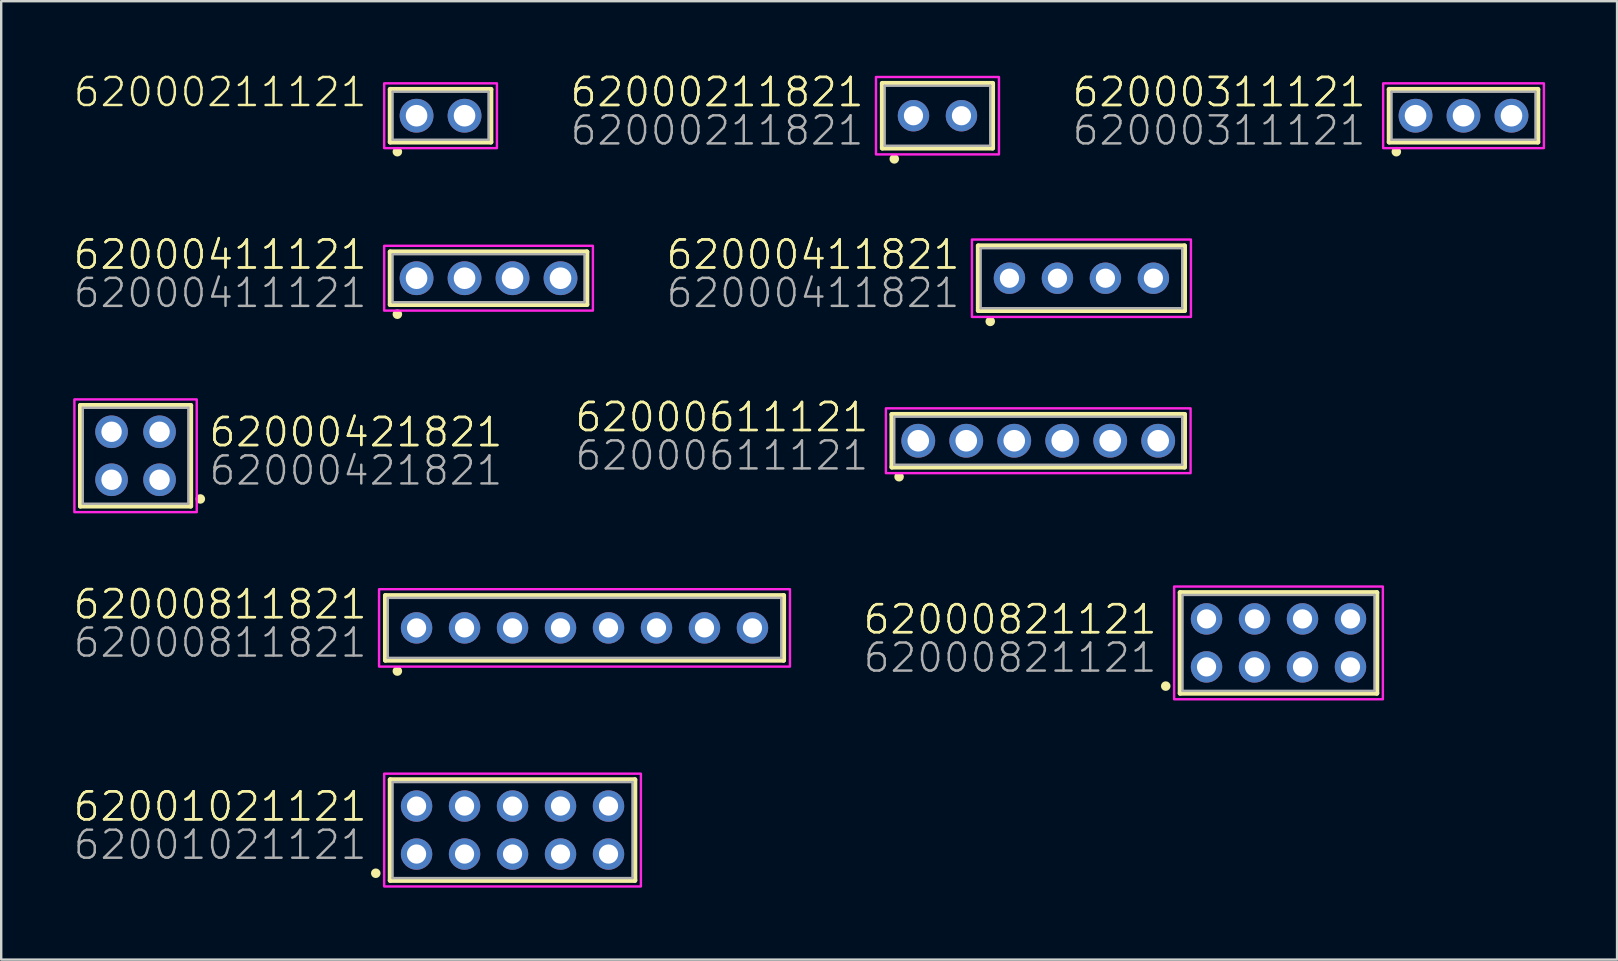
<source format=kicad_pcb>
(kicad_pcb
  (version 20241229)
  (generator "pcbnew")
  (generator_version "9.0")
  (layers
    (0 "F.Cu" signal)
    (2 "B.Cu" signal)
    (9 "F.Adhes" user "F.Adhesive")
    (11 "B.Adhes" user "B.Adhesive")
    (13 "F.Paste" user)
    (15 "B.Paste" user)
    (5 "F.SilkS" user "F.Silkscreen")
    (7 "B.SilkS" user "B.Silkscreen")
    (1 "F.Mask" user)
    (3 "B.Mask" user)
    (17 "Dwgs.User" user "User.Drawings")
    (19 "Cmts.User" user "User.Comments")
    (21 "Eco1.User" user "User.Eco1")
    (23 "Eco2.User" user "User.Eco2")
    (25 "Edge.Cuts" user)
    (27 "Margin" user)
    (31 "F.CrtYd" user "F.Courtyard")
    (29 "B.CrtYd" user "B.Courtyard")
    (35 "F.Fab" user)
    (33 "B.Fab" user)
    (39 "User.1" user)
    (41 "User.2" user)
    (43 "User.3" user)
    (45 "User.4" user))
  (footprint "62000211121"
    (layer "F.Cu")
    (at 15.312 1.773)
    (property "Reference" "62000211121" (at -3 -0.3 0) (unlocked yes) (layer "F.SilkS") (effects (font (size 1.168 1.168) (thickness 0.102)) (justify right bottom)))
    (fp_line (start -2.1 -1.1) (end 2.1 -1.1) (stroke (width 0.2) (type solid)) (layer "F.SilkS"))
    (fp_line (start -2.1 1.1) (end -2.1 -1.1) (stroke (width 0.2) (type solid)) (layer "F.SilkS"))
    (fp_line (start 2.1 -1.1) (end 2.1 1.1) (stroke (width 0.2) (type solid)) (layer "F.SilkS"))
    (fp_line (start 2.1 1.1) (end -2.1 1.1) (stroke (width 0.2) (type solid)) (layer "F.SilkS"))
    (fp_circle (center -1.8 1.5) (end -1.7 1.5) (stroke (width 0.2) (type solid)) (fill no) (layer "F.SilkS"))
    (fp_poly (pts (xy 2.35 1.35) (xy -2.35 1.35) (xy -2.35 -1.35) (xy 2.35 -1.35)) (stroke (width 0.1) (type default)) (fill no) (layer "F.CrtYd"))
    (fp_line (start -2 -1) (end -2 1) (stroke (width 0.1) (type solid)) (layer "F.Fab"))
    (fp_line (start -2 1) (end 2 1) (stroke (width 0.1) (type solid)) (layer "F.Fab"))
    (fp_line (start 2 -1) (end -2 -1) (stroke (width 0.1) (type solid)) (layer "F.Fab"))
    (fp_line (start 2 1) (end 2 -1) (stroke (width 0.1) (type solid)) (layer "F.Fab"))
    (pad "1" thru_hole circle (at -1 0) (size 1.408 1.408) (drill 0.9) (layers "*.Cu" "*.Mask"))
    (pad "2" thru_hole circle (at 1 0) (size 1.408 1.408) (drill 0.9) (layers "*.Cu" "*.Mask")))
  (footprint "62000411821"
    (layer "F.Cu")
    (at 42.023 8.546)
    (property "Reference" "62000411821" (at -5 -0.3 0) (unlocked yes) (layer "F.SilkS") (effects (font (size 1.168 1.168) (thickness 0.102)) (justify right bottom)))
    (property "Value" "62000411821" (at -5 1.3 0) (unlocked yes) (layer "F.Fab") (hide yes) (effects (font (size 1.168 1.168) (thickness 0.102)) (justify right bottom)))
    (fp_line (start -4.3 -1.35) (end -4.3 1.35) (stroke (width 0.2) (type solid)) (layer "F.SilkS"))
    (fp_line (start -4.3 1.35) (end 4.3 1.35) (stroke (width 0.2) (type solid)) (layer "F.SilkS"))
    (fp_line (start 4.3 -1.35) (end -4.3 -1.35) (stroke (width 0.2) (type solid)) (layer "F.SilkS"))
    (fp_line (start 4.3 1.35) (end 4.3 -1.35) (stroke (width 0.2) (type solid)) (layer "F.SilkS"))
    (fp_circle (center -3.8 1.8) (end -3.7 1.8) (stroke (width 0.2) (type solid)) (fill no) (layer "F.SilkS"))
    (fp_poly (pts (xy 4.564 1.613) (xy -4.564 1.613) (xy -4.564 -1.613) (xy 4.564 -1.613)) (stroke (width 0.1) (type default)) (fill no) (layer "F.CrtYd"))
    (fp_line (start -4.2 -1.25) (end -4.2 1.25) (stroke (width 0.1) (type solid)) (layer "F.Fab"))
    (fp_line (start -4.2 1.25) (end 4.2 1.25) (stroke (width 0.1) (type solid)) (layer "F.Fab"))
    (fp_line (start 4.2 -1.25) (end -4.2 -1.25) (stroke (width 0.1) (type solid)) (layer "F.Fab"))
    (fp_line (start 4.2 1.25) (end 4.2 -1.25) (stroke (width 0.1) (type solid)) (layer "F.Fab"))
    (fp_text user "${REFERENCE}" (at -5 -0.3 0) (unlocked yes) (layer "F.SilkS") (effects (font (size 1.168 1.168) (thickness 0.102)) (justify right bottom)))
    (fp_text user "${VALUE}" (at -5 1.3 0) (unlocked yes) (layer "F.Fab") (effects (font (size 1.168 1.168) (thickness 0.102)) (justify right bottom)))
    (pad "1" thru_hole circle (at -3 0) (size 1.308 1.308) (drill 0.8) (layers "*.Cu" "*.Mask"))
    (pad "2" thru_hole circle (at -1 0) (size 1.308 1.308) (drill 0.8) (layers "*.Cu" "*.Mask"))
    (pad "3" thru_hole circle (at 1 0) (size 1.308 1.308) (drill 0.8) (layers "*.Cu" "*.Mask"))
    (pad "4" thru_hole circle (at 3 0) (size 1.308 1.308) (drill 0.8) (layers "*.Cu" "*.Mask")))
  (footprint "62000821121"
    (layer "F.Cu")
    (at 50.237 23.746)
    (property "Reference" "62000821121" (at -5 -0.3 0) (unlocked yes) (layer "F.SilkS") (effects (font (size 1.168 1.168) (thickness 0.102)) (justify right bottom)))
    (property "Value" "62000821121" (at -5 1.3 0) (unlocked yes) (layer "F.Fab") (hide yes) (effects (font (size 1.168 1.168) (thickness 0.102)) (justify right bottom)))
    (fp_line (start -4.1 -2.1) (end 4.1 -2.1) (stroke (width 0.2) (type solid)) (layer "F.SilkS"))
    (fp_line (start -4.1 2.1) (end -4.1 -2.1) (stroke (width 0.2) (type solid)) (layer "F.SilkS"))
    (fp_line (start 4.1 -2.1) (end 4.1 2.1) (stroke (width 0.2) (type solid)) (layer "F.SilkS"))
    (fp_line (start 4.1 2.1) (end -4.1 2.1) (stroke (width 0.2) (type solid)) (layer "F.SilkS"))
    (fp_circle (center -4.7 1.8) (end -4.6 1.8) (stroke (width 0.2) (type solid)) (fill no) (layer "F.SilkS"))
    (fp_poly (pts (xy 4.35 2.35) (xy -4.35 2.35) (xy -4.35 -2.35) (xy 4.35 -2.35)) (stroke (width 0.1) (type default)) (fill no) (layer "F.CrtYd"))
    (fp_line (start -4 -2) (end -4 2) (stroke (width 0.1) (type solid)) (layer "F.Fab"))
    (fp_line (start -4 2) (end 4 2) (stroke (width 0.1) (type solid)) (layer "F.Fab"))
    (fp_line (start 4 -2) (end -4 -2) (stroke (width 0.1) (type solid)) (layer "F.Fab"))
    (fp_line (start 4 2) (end 4 -2) (stroke (width 0.1) (type solid)) (layer "F.Fab"))
    (fp_text user "${REFERENCE}" (at -5 -0.3 0) (unlocked yes) (layer "F.SilkS") (effects (font (size 1.168 1.168) (thickness 0.102)) (justify right bottom)))
    (fp_text user "${VALUE}" (at -5 1.3 0) (unlocked yes) (layer "F.Fab") (effects (font (size 1.168 1.168) (thickness 0.102)) (justify right bottom)))
    (pad "1" thru_hole circle (at -3 1) (size 1.308 1.308) (drill 0.8) (layers "*.Cu" "*.Mask"))
    (pad "2" thru_hole circle (at -3 -1) (size 1.308 1.308) (drill 0.8) (layers "*.Cu" "*.Mask"))
    (pad "3" thru_hole circle (at -1 1) (size 1.308 1.308) (drill 0.8) (layers "*.Cu" "*.Mask"))
    (pad "4" thru_hole circle (at -1 -1) (size 1.308 1.308) (drill 0.8) (layers "*.Cu" "*.Mask"))
    (pad "5" thru_hole circle (at 1 1) (size 1.308 1.308) (drill 0.8) (layers "*.Cu" "*.Mask"))
    (pad "6" thru_hole circle (at 1 -1) (size 1.308 1.308) (drill 0.8) (layers "*.Cu" "*.Mask"))
    (pad "7" thru_hole circle (at 3 1) (size 1.308 1.308) (drill 0.8) (layers "*.Cu" "*.Mask"))
    (pad "8" thru_hole circle (at 3 -1) (size 1.308 1.308) (drill 0.8) (layers "*.Cu" "*.Mask")))
  (footprint "62001021121"
    (layer "F.Cu")
    (at 18.312 31.546)
    (property "Reference" "62001021121" (at -6 -0.3 0) (unlocked yes) (layer "F.SilkS") (effects (font (size 1.168 1.168) (thickness 0.102)) (justify right bottom)))
    (property "Value" "62001021121" (at -6 1.3 0) (unlocked yes) (layer "F.Fab") (hide yes) (effects (font (size 1.168 1.168) (thickness 0.102)) (justify right bottom)))
    (fp_line (start -5.1 -2.1) (end 5.1 -2.1) (stroke (width 0.2) (type solid)) (layer "F.SilkS"))
    (fp_line (start -5.1 2.1) (end -5.1 -2.1) (stroke (width 0.2) (type solid)) (layer "F.SilkS"))
    (fp_line (start 5.1 -2.1) (end 5.1 2.1) (stroke (width 0.2) (type solid)) (layer "F.SilkS"))
    (fp_line (start 5.1 2.1) (end -5.1 2.1) (stroke (width 0.2) (type solid)) (layer "F.SilkS"))
    (fp_circle (center -5.7 1.8) (end -5.6 1.8) (stroke (width 0.2) (type solid)) (fill no) (layer "F.SilkS"))
    (fp_poly (pts (xy 5.35 2.35) (xy -5.35 2.35) (xy -5.35 -2.35) (xy 5.35 -2.35)) (stroke (width 0.1) (type default)) (fill no) (layer "F.CrtYd"))
    (fp_line (start -5 -2) (end -5 2) (stroke (width 0.1) (type solid)) (layer "F.Fab"))
    (fp_line (start -5 2) (end 5 2) (stroke (width 0.1) (type solid)) (layer "F.Fab"))
    (fp_line (start 5 -2) (end -5 -2) (stroke (width 0.1) (type solid)) (layer "F.Fab"))
    (fp_line (start 5 2) (end 5 -2) (stroke (width 0.1) (type solid)) (layer "F.Fab"))
    (fp_text user "${REFERENCE}" (at -6 -0.3 0) (unlocked yes) (layer "F.SilkS") (effects (font (size 1.168 1.168) (thickness 0.102)) (justify right bottom)))
    (fp_text user "${VALUE}" (at -6 1.3 0) (unlocked yes) (layer "F.Fab") (effects (font (size 1.168 1.168) (thickness 0.102)) (justify right bottom)))
    (pad "1" thru_hole circle (at -4 1) (size 1.308 1.308) (drill 0.8) (layers "*.Cu" "*.Mask"))
    (pad "2" thru_hole circle (at -4 -1) (size 1.308 1.308) (drill 0.8) (layers "*.Cu" "*.Mask"))
    (pad "3" thru_hole circle (at -2 1) (size 1.308 1.308) (drill 0.8) (layers "*.Cu" "*.Mask"))
    (pad "4" thru_hole circle (at -2 -1) (size 1.308 1.308) (drill 0.8) (layers "*.Cu" "*.Mask"))
    (pad "5" thru_hole circle (at 0 1) (size 1.308 1.308) (drill 0.8) (layers "*.Cu" "*.Mask"))
    (pad "6" thru_hole circle (at 0 -1) (size 1.308 1.308) (drill 0.8) (layers "*.Cu" "*.Mask"))
    (pad "7" thru_hole circle (at 2 1) (size 1.308 1.308) (drill 0.8) (layers "*.Cu" "*.Mask"))
    (pad "8" thru_hole circle (at 2 -1) (size 1.308 1.308) (drill 0.8) (layers "*.Cu" "*.Mask"))
    (pad "9" thru_hole circle (at 4 1) (size 1.308 1.308) (drill 0.8) (layers "*.Cu" "*.Mask"))
    (pad "10" thru_hole circle (at 4 -1) (size 1.308 1.308) (drill 0.8) (layers "*.Cu" "*.Mask")))
  (footprint "62000421821"
    (layer "F.Cu")
    (at 2.6 15.946)
    (property "Reference" "62000421821" (at 3 -0.3 0) (unlocked yes) (layer "F.SilkS") (effects (font (size 1.168 1.168) (thickness 0.102)) (justify left bottom)))
    (property "Value" "62000421821" (at 3 1.3 0) (unlocked yes) (layer "F.Fab") (hide yes) (effects (font (size 1.168 1.168) (thickness 0.102)) (justify left bottom)))
    (fp_line (start -2.3 -2.1) (end 2.3 -2.1) (stroke (width 0.2) (type solid)) (layer "F.SilkS"))
    (fp_line (start -2.3 2.1) (end -2.3 -2.1) (stroke (width 0.2) (type solid)) (layer "F.SilkS"))
    (fp_line (start 2.3 -2.1) (end 2.3 2.1) (stroke (width 0.2) (type solid)) (layer "F.SilkS"))
    (fp_line (start 2.3 2.1) (end -2.3 2.1) (stroke (width 0.2) (type solid)) (layer "F.SilkS"))
    (fp_circle (center 2.7 1.8) (end 2.8 1.8) (stroke (width 0.2) (type solid)) (fill no) (layer "F.SilkS"))
    (fp_poly (pts (xy 2.55 2.35) (xy -2.55 2.35) (xy -2.55 -2.35) (xy 2.55 -2.35)) (stroke (width 0.1) (type default)) (fill no) (layer "F.CrtYd"))
    (fp_line (start -2.2 -2) (end -2.2 2) (stroke (width 0.1) (type solid)) (layer "F.Fab"))
    (fp_line (start -2.2 2) (end 2.2 2) (stroke (width 0.1) (type solid)) (layer "F.Fab"))
    (fp_line (start 2.2 -2) (end -2.2 -2) (stroke (width 0.1) (type solid)) (layer "F.Fab"))
    (fp_line (start 2.2 2) (end 2.2 -2) (stroke (width 0.1) (type solid)) (layer "F.Fab"))
    (fp_text user "${REFERENCE}" (at 3 -0.3 0) (unlocked yes) (layer "F.SilkS") (effects (font (size 1.168 1.168) (thickness 0.102)) (justify left bottom)))
    (fp_text user "${VALUE}" (at 3 1.3 0) (unlocked yes) (layer "F.Fab") (effects (font (size 1.168 1.168) (thickness 0.102)) (justify left bottom)))
    (pad "1" thru_hole circle (at 1 1 180) (size 1.358 1.358) (drill 0.85) (layers "*.Cu" "*.Mask"))
    (pad "2" thru_hole circle (at 1 -1 180) (size 1.358 1.358) (drill 0.85) (layers "*.Cu" "*.Mask"))
    (pad "3" thru_hole circle (at -1 1 180) (size 1.358 1.358) (drill 0.85) (layers "*.Cu" "*.Mask"))
    (pad "4" thru_hole circle (at -1 -1 180) (size 1.358 1.358) (drill 0.85) (layers "*.Cu" "*.Mask")))
  (footprint "62000411121"
    (layer "F.Cu")
    (at 17.312 8.546)
    (property "Reference" "62000411121" (at -5 -0.3 0) (unlocked yes) (layer "F.SilkS") (effects (font (size 1.168 1.168) (thickness 0.102)) (justify right bottom)))
    (property "Value" "62000411121" (at -5 1.3 0) (unlocked yes) (layer "F.Fab") (hide yes) (effects (font (size 1.168 1.168) (thickness 0.102)) (justify right bottom)))
    (fp_line (start -4.1 -1.1) (end 4.1 -1.1) (stroke (width 0.2) (type solid)) (layer "F.SilkS"))
    (fp_line (start -4.1 1.1) (end -4.1 -1.1) (stroke (width 0.2) (type solid)) (layer "F.SilkS"))
    (fp_line (start 4.1 -1.1) (end 4.1 1.1) (stroke (width 0.2) (type solid)) (layer "F.SilkS"))
    (fp_line (start 4.1 1.1) (end -4.1 1.1) (stroke (width 0.2) (type solid)) (layer "F.SilkS"))
    (fp_circle (center -3.8 1.5) (end -3.7 1.5) (stroke (width 0.2) (type solid)) (fill no) (layer "F.SilkS"))
    (fp_poly (pts (xy 4.35 1.35) (xy -4.35 1.35) (xy -4.35 -1.35) (xy 4.35 -1.35)) (stroke (width 0.1) (type default)) (fill no) (layer "F.CrtYd"))
    (fp_line (start -4 -1) (end -4 1) (stroke (width 0.1) (type solid)) (layer "F.Fab"))
    (fp_line (start -4 1) (end 4 1) (stroke (width 0.1) (type solid)) (layer "F.Fab"))
    (fp_line (start 4 -1) (end -4 -1) (stroke (width 0.1) (type solid)) (layer "F.Fab"))
    (fp_line (start 4 1) (end 4 -1) (stroke (width 0.1) (type solid)) (layer "F.Fab"))
    (fp_text user "${REFERENCE}" (at -5 -0.3 0) (unlocked yes) (layer "F.SilkS") (effects (font (size 1.168 1.168) (thickness 0.102)) (justify right bottom)))
    (fp_text user "${VALUE}" (at -5 1.3 0) (unlocked yes) (layer "F.Fab") (effects (font (size 1.168 1.168) (thickness 0.102)) (justify right bottom)))
    (pad "1" thru_hole circle (at -3 0) (size 1.408 1.408) (drill 0.9) (layers "*.Cu" "*.Mask"))
    (pad "2" thru_hole circle (at -1 0) (size 1.408 1.408) (drill 0.9) (layers "*.Cu" "*.Mask"))
    (pad "3" thru_hole circle (at 1 0) (size 1.408 1.408) (drill 0.9) (layers "*.Cu" "*.Mask"))
    (pad "4" thru_hole circle (at 3 0) (size 1.408 1.408) (drill 0.9) (layers "*.Cu" "*.Mask")))
  (footprint "62000811821"
    (layer "F.Cu")
    (at 21.312 23.12)
    (property "Reference" "62000811821" (at -9 -0.3 0) (unlocked yes) (layer "F.SilkS") (effects (font (size 1.168 1.168) (thickness 0.102)) (justify right bottom)))
    (property "Value" "62000811821" (at -9 1.3 0) (unlocked yes) (layer "F.Fab") (hide yes) (effects (font (size 1.168 1.168) (thickness 0.102)) (justify right bottom)))
    (fp_line (start -8.3 -1.35) (end -8.3 1.35) (stroke (width 0.2) (type solid)) (layer "F.SilkS"))
    (fp_line (start -8.3 1.35) (end 8.3 1.35) (stroke (width 0.2) (type solid)) (layer "F.SilkS"))
    (fp_line (start 8.3 -1.35) (end -8.3 -1.35) (stroke (width 0.2) (type solid)) (layer "F.SilkS"))
    (fp_line (start 8.3 1.35) (end 8.3 -1.35) (stroke (width 0.2) (type solid)) (layer "F.SilkS"))
    (fp_circle (center -7.8 1.8) (end -7.7 1.8) (stroke (width 0.2) (type solid)) (fill no) (layer "F.SilkS"))
    (fp_poly (pts (xy 8.563 1.613) (xy -8.563 1.613) (xy -8.563 -1.613) (xy 8.563 -1.613)) (stroke (width 0.1) (type default)) (fill no) (layer "F.CrtYd"))
    (fp_line (start -8.2 -1.25) (end -8.2 1.25) (stroke (width 0.1) (type solid)) (layer "F.Fab"))
    (fp_line (start -8.2 1.25) (end 8.2 1.25) (stroke (width 0.1) (type solid)) (layer "F.Fab"))
    (fp_line (start 8.2 -1.25) (end -8.2 -1.25) (stroke (width 0.1) (type solid)) (layer "F.Fab"))
    (fp_line (start 8.2 1.25) (end 8.2 -1.25) (stroke (width 0.1) (type solid)) (layer "F.Fab"))
    (fp_text user "${REFERENCE}" (at -9 -0.3 0) (unlocked yes) (layer "F.SilkS") (effects (font (size 1.168 1.168) (thickness 0.102)) (justify right bottom)))
    (fp_text user "${VALUE}" (at -9 1.3 0) (unlocked yes) (layer "F.Fab") (effects (font (size 1.168 1.168) (thickness 0.102)) (justify right bottom)))
    (pad "1" thru_hole circle (at -7 0) (size 1.308 1.308) (drill 0.8) (layers "*.Cu" "*.Mask"))
    (pad "2" thru_hole circle (at -5 0) (size 1.308 1.308) (drill 0.8) (layers "*.Cu" "*.Mask"))
    (pad "3" thru_hole circle (at -3 0) (size 1.308 1.308) (drill 0.8) (layers "*.Cu" "*.Mask"))
    (pad "4" thru_hole circle (at -1 0) (size 1.308 1.308) (drill 0.8) (layers "*.Cu" "*.Mask"))
    (pad "5" thru_hole circle (at 1 0) (size 1.308 1.308) (drill 0.8) (layers "*.Cu" "*.Mask"))
    (pad "6" thru_hole circle (at 3 0) (size 1.308 1.308) (drill 0.8) (layers "*.Cu" "*.Mask"))
    (pad "7" thru_hole circle (at 5 0) (size 1.308 1.308) (drill 0.8) (layers "*.Cu" "*.Mask"))
    (pad "8" thru_hole circle (at 7 0) (size 1.308 1.308) (drill 0.8) (layers "*.Cu" "*.Mask")))
  (footprint "62000311121"
    (layer "F.Cu")
    (at 57.948 1.773)
    (property "Reference" "62000311121" (at -4 -0.3 0) (unlocked yes) (layer "F.SilkS") (effects (font (size 1.168 1.168) (thickness 0.102)) (justify right bottom)))
    (property "Value" "62000311121" (at -4 1.3 0) (unlocked yes) (layer "F.Fab") (hide yes) (effects (font (size 1.168 1.168) (thickness 0.102)) (justify right bottom)))
    (fp_line (start -3.1 -1.1) (end 3.1 -1.1) (stroke (width 0.2) (type solid)) (layer "F.SilkS"))
    (fp_line (start -3.1 1.1) (end -3.1 -1.1) (stroke (width 0.2) (type solid)) (layer "F.SilkS"))
    (fp_line (start 3.1 -1.1) (end 3.1 1.1) (stroke (width 0.2) (type solid)) (layer "F.SilkS"))
    (fp_line (start 3.1 1.1) (end -3.1 1.1) (stroke (width 0.2) (type solid)) (layer "F.SilkS"))
    (fp_circle (center -2.8 1.5) (end -2.7 1.5) (stroke (width 0.2) (type solid)) (fill no) (layer "F.SilkS"))
    (fp_poly (pts (xy 3.35 1.35) (xy -3.35 1.35) (xy -3.35 -1.35) (xy 3.35 -1.35)) (stroke (width 0.1) (type default)) (fill no) (layer "F.CrtYd"))
    (fp_line (start -3 -1) (end -3 1) (stroke (width 0.1) (type solid)) (layer "F.Fab"))
    (fp_line (start -3 1) (end 3 1) (stroke (width 0.1) (type solid)) (layer "F.Fab"))
    (fp_line (start 3 -1) (end -3 -1) (stroke (width 0.1) (type solid)) (layer "F.Fab"))
    (fp_line (start 3 1) (end 3 -1) (stroke (width 0.1) (type solid)) (layer "F.Fab"))
    (fp_text user "${REFERENCE}" (at -4 -0.3 0) (unlocked yes) (layer "F.SilkS") (effects (font (size 1.168 1.168) (thickness 0.102)) (justify right bottom)))
    (fp_text user "${VALUE}" (at -4 1.3 0) (unlocked yes) (layer "F.Fab") (effects (font (size 1.168 1.168) (thickness 0.102)) (justify right bottom)))
    (pad "1" thru_hole circle (at -2 0) (size 1.408 1.408) (drill 0.9) (layers "*.Cu" "*.Mask"))
    (pad "2" thru_hole circle (at 0 0) (size 1.408 1.408) (drill 0.9) (layers "*.Cu" "*.Mask"))
    (pad "3" thru_hole circle (at 2 0) (size 1.408 1.408) (drill 0.9) (layers "*.Cu" "*.Mask")))
  (footprint "62000211821"
    (layer "F.Cu")
    (at 36.023 1.773)
    (property "Reference" "62000211821" (at -3 -0.3 0) (unlocked yes) (layer "F.SilkS") (effects (font (size 1.168 1.168) (thickness 0.102)) (justify right bottom)))
    (property "Value" "62000211821" (at -3 1.3 0) (unlocked yes) (layer "F.Fab") (hide yes) (effects (font (size 1.168 1.168) (thickness 0.102)) (justify right bottom)))
    (fp_line (start -2.3 -1.35) (end -2.3 1.35) (stroke (width 0.2) (type solid)) (layer "F.SilkS"))
    (fp_line (start -2.3 1.35) (end 2.3 1.35) (stroke (width 0.2) (type solid)) (layer "F.SilkS"))
    (fp_line (start 2.3 -1.35) (end -2.3 -1.35) (stroke (width 0.2) (type solid)) (layer "F.SilkS"))
    (fp_line (start 2.3 1.35) (end 2.3 -1.35) (stroke (width 0.2) (type solid)) (layer "F.SilkS"))
    (fp_circle (center -1.8 1.8) (end -1.7 1.8) (stroke (width 0.2) (type solid)) (fill no) (layer "F.SilkS"))
    (fp_poly (pts (xy 2.563 1.613) (xy -2.563 1.613) (xy -2.563 -1.613) (xy 2.563 -1.613)) (stroke (width 0.1) (type default)) (fill no) (layer "F.CrtYd"))
    (fp_line (start -2.2 -1.25) (end -2.2 1.25) (stroke (width 0.1) (type solid)) (layer "F.Fab"))
    (fp_line (start -2.2 1.25) (end 2.2 1.25) (stroke (width 0.1) (type solid)) (layer "F.Fab"))
    (fp_line (start 2.2 -1.25) (end -2.2 -1.25) (stroke (width 0.1) (type solid)) (layer "F.Fab"))
    (fp_line (start 2.2 1.25) (end 2.2 -1.25) (stroke (width 0.1) (type solid)) (layer "F.Fab"))
    (fp_text user "${REFERENCE}" (at -3 -0.3 0) (unlocked yes) (layer "F.SilkS") (effects (font (size 1.168 1.168) (thickness 0.102)) (justify right bottom)))
    (fp_text user "${VALUE}" (at -3 1.3 0) (unlocked yes) (layer "F.Fab") (effects (font (size 1.168 1.168) (thickness 0.102)) (justify right bottom)))
    (pad "1" thru_hole circle (at -1 0) (size 1.308 1.308) (drill 0.8) (layers "*.Cu" "*.Mask"))
    (pad "2" thru_hole circle (at 1 0) (size 1.308 1.308) (drill 0.8) (layers "*.Cu" "*.Mask")))
  (footprint "62000611121"
    (layer "F.Cu")
    (at 40.223 15.32)
    (property "Reference" "62000611121" (at -7 -0.3 0) (unlocked yes) (layer "F.SilkS") (effects (font (size 1.168 1.168) (thickness 0.102)) (justify right bottom)))
    (property "Value" "62000611121" (at -7 1.3 0) (unlocked yes) (layer "F.Fab") (hide yes) (effects (font (size 1.168 1.168) (thickness 0.102)) (justify right bottom)))
    (fp_line (start -6.1 -1.1) (end 6.1 -1.1) (stroke (width 0.2) (type solid)) (layer "F.SilkS"))
    (fp_line (start -6.1 1.1) (end -6.1 -1.1) (stroke (width 0.2) (type solid)) (layer "F.SilkS"))
    (fp_line (start 6.1 -1.1) (end 6.1 1.1) (stroke (width 0.2) (type solid)) (layer "F.SilkS"))
    (fp_line (start 6.1 1.1) (end -6.1 1.1) (stroke (width 0.2) (type solid)) (layer "F.SilkS"))
    (fp_circle (center -5.8 1.5) (end -5.7 1.5) (stroke (width 0.2) (type solid)) (fill no) (layer "F.SilkS"))
    (fp_poly (pts (xy 6.35 1.35) (xy -6.35 1.35) (xy -6.35 -1.35) (xy 6.35 -1.35)) (stroke (width 0.1) (type default)) (fill no) (layer "F.CrtYd"))
    (fp_line (start -6 -1) (end -6 1) (stroke (width 0.1) (type solid)) (layer "F.Fab"))
    (fp_line (start -6 1) (end 6 1) (stroke (width 0.1) (type solid)) (layer "F.Fab"))
    (fp_line (start 6 -1) (end -6 -1) (stroke (width 0.1) (type solid)) (layer "F.Fab"))
    (fp_line (start 6 1) (end 6 -1) (stroke (width 0.1) (type solid)) (layer "F.Fab"))
    (fp_text user "${REFERENCE}" (at -7 -0.3 0) (unlocked yes) (layer "F.SilkS") (effects (font (size 1.168 1.168) (thickness 0.102)) (justify right bottom)))
    (fp_text user "${VALUE}" (at -7 1.3 0) (unlocked yes) (layer "F.Fab") (effects (font (size 1.168 1.168) (thickness 0.102)) (justify right bottom)))
    (pad "1" thru_hole circle (at -5 0) (size 1.408 1.408) (drill 0.9) (layers "*.Cu" "*.Mask"))
    (pad "2" thru_hole circle (at -3 0) (size 1.408 1.408) (drill 0.9) (layers "*.Cu" "*.Mask"))
    (pad "3" thru_hole circle (at -1 0) (size 1.408 1.408) (drill 0.9) (layers "*.Cu" "*.Mask"))
    (pad "4" thru_hole circle (at 1 0) (size 1.408 1.408) (drill 0.9) (layers "*.Cu" "*.Mask"))
    (pad "5" thru_hole circle (at 3 0) (size 1.408 1.408) (drill 0.9) (layers "*.Cu" "*.Mask"))
    (pad "6" thru_hole circle (at 5 0) (size 1.408 1.408) (drill 0.9) (layers "*.Cu" "*.Mask")))
  (gr_rect
    (start -3 -3)
    (end 64.348 36.946)
    (stroke (width 0.1) (type default))
    (fill no)
    (layer "Edge.Cuts")))
</source>
